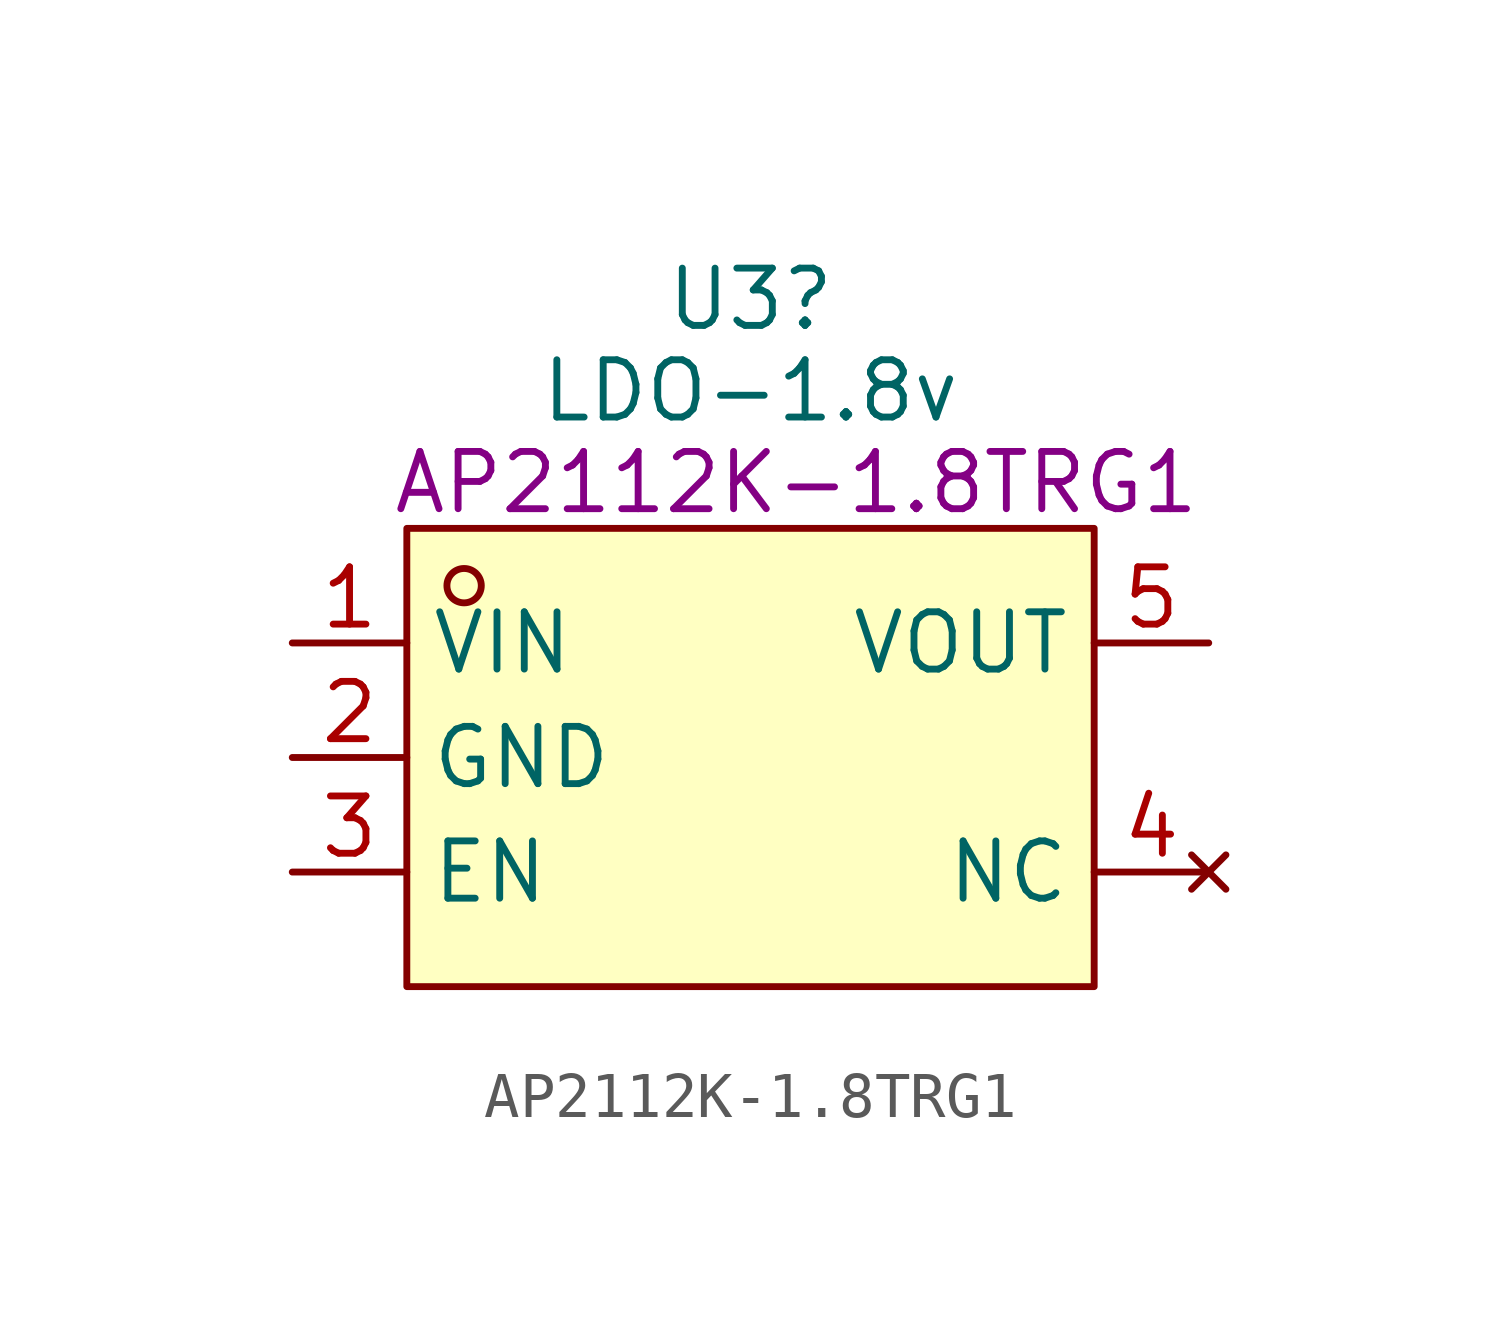
<source format=kicad_sym>
(kicad_symbol_lib
  (version 20241209)
  (generator "kicad_symbol_editor")
  (generator_version "9.0")
  (symbol "AP2112K-1.8TRG1"
    (property "Reference" "U3"
      (at 0 10.16 0)
      (effects (font (size 1.27 1.27))))
    (property "Value" "LDO-1.8v"
      (at 0 8.128 0)
      (effects (font (size 1.27 1.27))))
    (property "Manufacturer Part" "AP2112K-1.8TRG1"
      (at 1.016 6.096 0)
      (effects (font (size 1.27 1.27))))
    (symbol "AP2112K-1.8TRG1_1_0"
      (rectangle (start -7.62 5.08) (end 7.62 -5.08) (stroke (width 0) (type default)) (fill (type color) (color 255 255 194 1)))
      (circle (center -6.35 3.81) (radius 0.381) (stroke (width 0) (type default)) (fill (type none)))
      (pin power_in line (at -10.16 2.54 0) (length 2.54) (name "VIN" (effects (font (size 1.27 1.27)))) (number "1" (effects (font (size 1.27 1.27)))))
      (pin power_in line (at -10.16 0 0) (length 2.54) (name "GND" (effects (font (size 1.27 1.27)))) (number "2" (effects (font (size 1.27 1.27)))))
      (pin input line (at -10.16 -2.54 0) (length 2.54) (name "EN" (effects (font (size 1.27 1.27)))) (number "3" (effects (font (size 1.27 1.27)))))
      (pin power_out line (at 10.16 2.54 180) (length 2.54) (name "VOUT" (effects (font (size 1.27 1.27)))) (number "5" (effects (font (size 1.27 1.27)))))
      (pin no_connect line (at 10.16 -2.54 180) (length 2.54) (name "NC" (effects (font (size 1.27 1.27)))) (number "4" (effects (font (size 1.27 1.27))))))))
</source>
